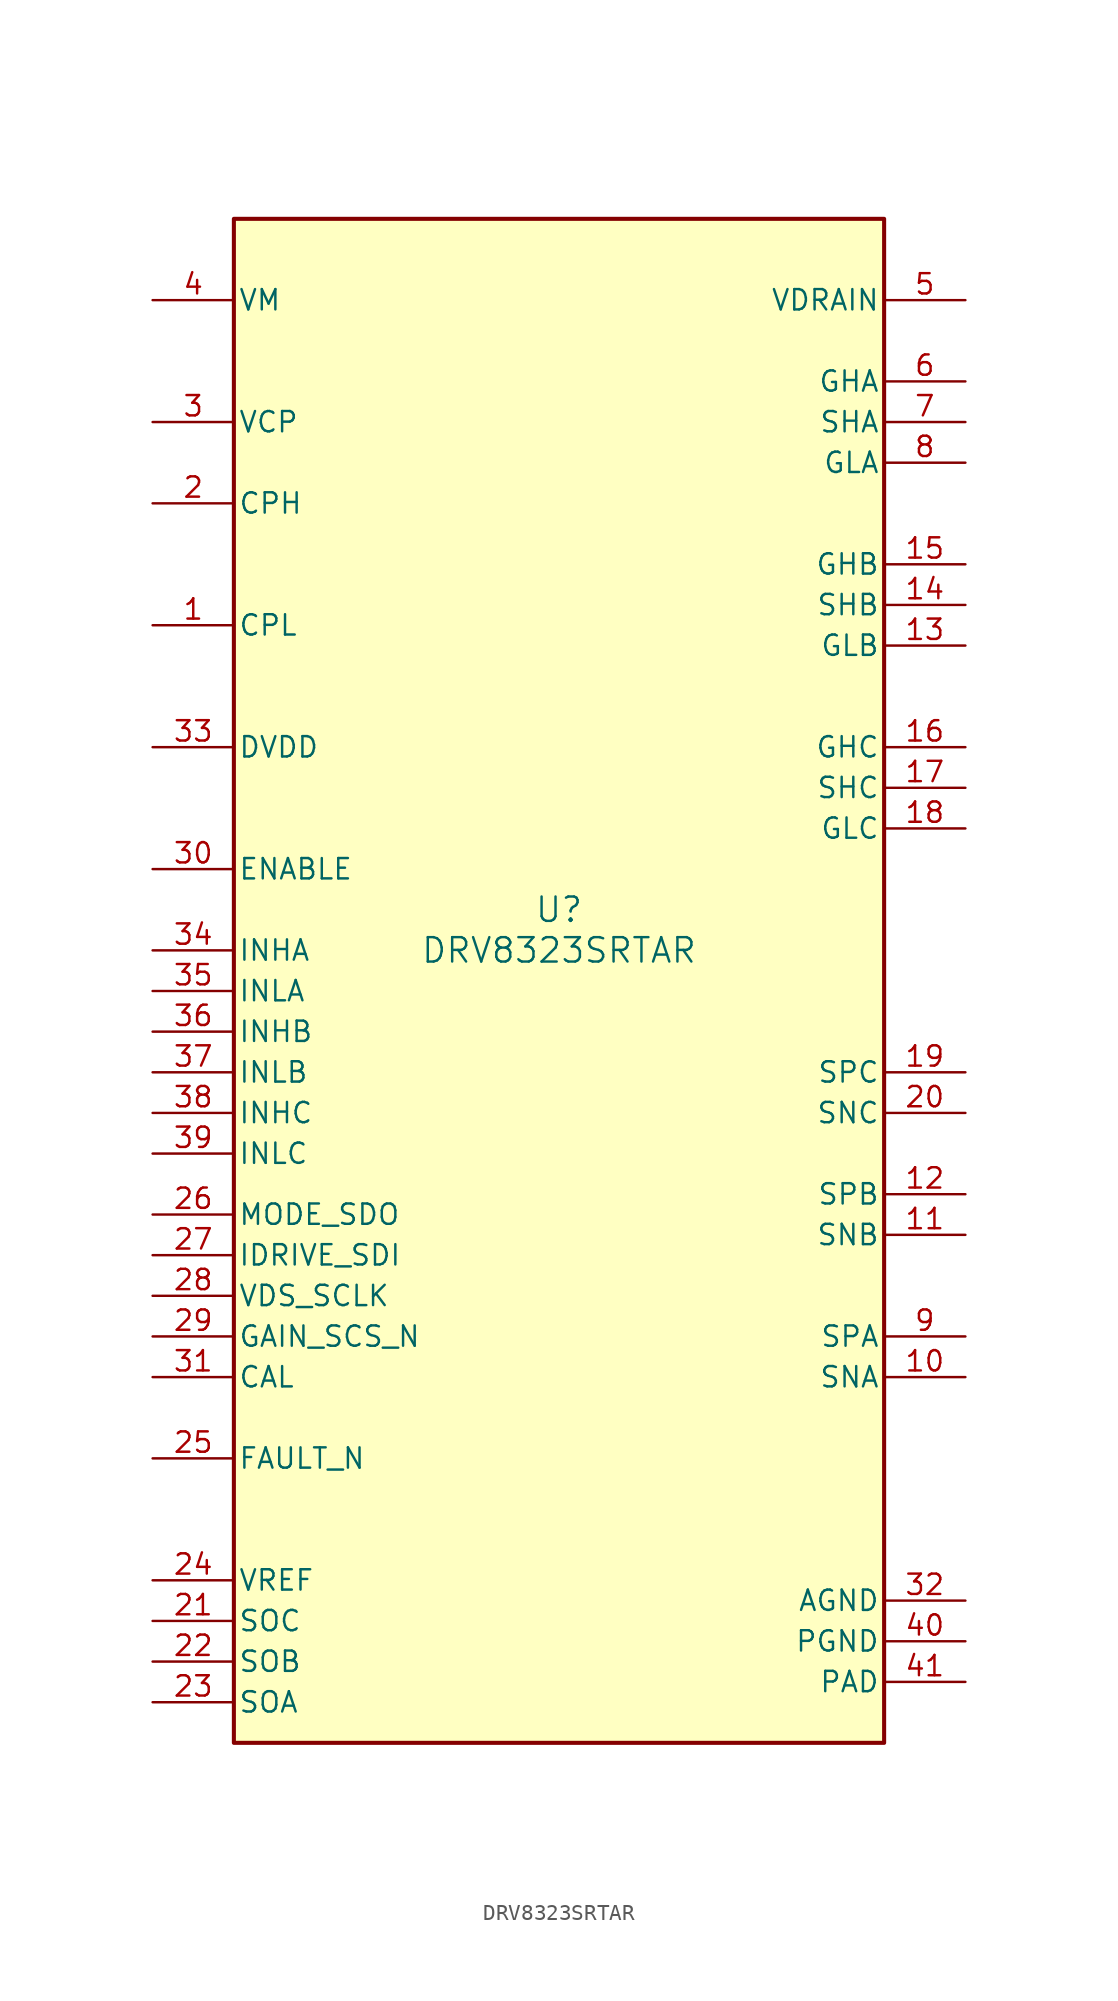
<source format=kicad_sym>
(kicad_symbol_lib
  (version 20231120)
  (generator "kicad_symbol_editor")
  (generator_version "8.0")
  (symbol "DRV8323SRTAR"
    (pin_names
      (offset 0.254))
    (property "Reference" "U"
      (at 0 2.54 0)
      (effects (font (size 1.524 1.524))))
    (property "Value" "DRV8323SRTAR"
      (at 0 0 0)
      (effects (font (size 1.524 1.524))))
    (property "ki_locked" ""
      (at 0 0 0)
      (effects (font (size 1.27 1.27))))
    (symbol "DRV8323SRTAR_0_1"
      (pin unspecified line (at -25.4 20.32 0) (length 5.08) (name "CPL" (effects (font (size 1.27 1.27)))) (number "1" (effects (font (size 1.27 1.27)))))
      (pin input line (at 25.4 -26.67 180) (length 5.08) (name "SNA" (effects (font (size 1.27 1.27)))) (number "10" (effects (font (size 1.27 1.27)))))
      (pin input line (at 25.4 -17.78 180) (length 5.08) (name "SNB" (effects (font (size 1.27 1.27)))) (number "11" (effects (font (size 1.27 1.27)))))
      (pin input line (at 25.4 -15.24 180) (length 5.08) (name "SPB" (effects (font (size 1.27 1.27)))) (number "12" (effects (font (size 1.27 1.27)))))
      (pin output line (at 25.4 19.05 180) (length 5.08) (name "GLB" (effects (font (size 1.27 1.27)))) (number "13" (effects (font (size 1.27 1.27)))))
      (pin input line (at 25.4 21.59 180) (length 5.08) (name "SHB" (effects (font (size 1.27 1.27)))) (number "14" (effects (font (size 1.27 1.27)))))
      (pin output line (at 25.4 24.13 180) (length 5.08) (name "GHB" (effects (font (size 1.27 1.27)))) (number "15" (effects (font (size 1.27 1.27)))))
      (pin output line (at 25.4 12.7 180) (length 5.08) (name "GHC" (effects (font (size 1.27 1.27)))) (number "16" (effects (font (size 1.27 1.27)))))
      (pin input line (at 25.4 10.16 180) (length 5.08) (name "SHC" (effects (font (size 1.27 1.27)))) (number "17" (effects (font (size 1.27 1.27)))))
      (pin output line (at 25.4 7.62 180) (length 5.08) (name "GLC" (effects (font (size 1.27 1.27)))) (number "18" (effects (font (size 1.27 1.27)))))
      (pin input line (at 25.4 -7.62 180) (length 5.08) (name "SPC" (effects (font (size 1.27 1.27)))) (number "19" (effects (font (size 1.27 1.27)))))
      (pin unspecified line (at -25.4 27.94 0) (length 5.08) (name "CPH" (effects (font (size 1.27 1.27)))) (number "2" (effects (font (size 1.27 1.27)))))
      (pin input line (at 25.4 -10.16 180) (length 5.08) (name "SNC" (effects (font (size 1.27 1.27)))) (number "20" (effects (font (size 1.27 1.27)))))
      (pin output line (at -25.4 -41.91 0) (length 5.08) (name "SOC" (effects (font (size 1.27 1.27)))) (number "21" (effects (font (size 1.27 1.27)))))
      (pin output line (at -25.4 -44.45 0) (length 5.08) (name "SOB" (effects (font (size 1.27 1.27)))) (number "22" (effects (font (size 1.27 1.27)))))
      (pin output line (at -25.4 -46.99 0) (length 5.08) (name "SOA" (effects (font (size 1.27 1.27)))) (number "23" (effects (font (size 1.27 1.27)))))
      (pin input line (at -25.4 -39.37 0) (length 5.08) (name "VREF" (effects (font (size 1.27 1.27)))) (number "24" (effects (font (size 1.27 1.27)))))
      (pin open_collector line (at -25.4 -31.75 0) (length 5.08) (name "FAULT_N" (effects (font (size 1.27 1.27)))) (number "25" (effects (font (size 1.27 1.27)))))
      (pin unspecified line (at -25.4 -16.51 0) (length 5.08) (name "MODE_SDO" (effects (font (size 1.27 1.27)))) (number "26" (effects (font (size 1.27 1.27)))))
      (pin input line (at -25.4 -19.05 0) (length 5.08) (name "IDRIVE_SDI" (effects (font (size 1.27 1.27)))) (number "27" (effects (font (size 1.27 1.27)))))
      (pin input line (at -25.4 -21.59 0) (length 5.08) (name "VDS_SCLK" (effects (font (size 1.27 1.27)))) (number "28" (effects (font (size 1.27 1.27)))))
      (pin input line (at -25.4 -24.13 0) (length 5.08) (name "GAIN_SCS_N" (effects (font (size 1.27 1.27)))) (number "29" (effects (font (size 1.27 1.27)))))
      (pin power_in line (at -25.4 33.02 0) (length 5.08) (name "VCP" (effects (font (size 1.27 1.27)))) (number "3" (effects (font (size 1.27 1.27)))))
      (pin input line (at -25.4 5.08 0) (length 5.08) (name "ENABLE" (effects (font (size 1.27 1.27)))) (number "30" (effects (font (size 1.27 1.27)))))
      (pin input line (at -25.4 -26.67 0) (length 5.08) (name "CAL" (effects (font (size 1.27 1.27)))) (number "31" (effects (font (size 1.27 1.27)))))
      (pin power_in line (at 25.4 -40.64 180) (length 5.08) (name "AGND" (effects (font (size 1.27 1.27)))) (number "32" (effects (font (size 1.27 1.27)))))
      (pin power_in line (at -25.4 12.7 0) (length 5.08) (name "DVDD" (effects (font (size 1.27 1.27)))) (number "33" (effects (font (size 1.27 1.27)))))
      (pin input line (at -25.4 0 0) (length 5.08) (name "INHA" (effects (font (size 1.27 1.27)))) (number "34" (effects (font (size 1.27 1.27)))))
      (pin input line (at -25.4 -2.54 0) (length 5.08) (name "INLA" (effects (font (size 1.27 1.27)))) (number "35" (effects (font (size 1.27 1.27)))))
      (pin input line (at -25.4 -5.08 0) (length 5.08) (name "INHB" (effects (font (size 1.27 1.27)))) (number "36" (effects (font (size 1.27 1.27)))))
      (pin input line (at -25.4 -7.62 0) (length 5.08) (name "INLB" (effects (font (size 1.27 1.27)))) (number "37" (effects (font (size 1.27 1.27)))))
      (pin input line (at -25.4 -10.16 0) (length 5.08) (name "INHC" (effects (font (size 1.27 1.27)))) (number "38" (effects (font (size 1.27 1.27)))))
      (pin input line (at -25.4 -12.7 0) (length 5.08) (name "INLC" (effects (font (size 1.27 1.27)))) (number "39" (effects (font (size 1.27 1.27)))))
      (pin power_in line (at -25.4 40.64 0) (length 5.08) (name "VM" (effects (font (size 1.27 1.27)))) (number "4" (effects (font (size 1.27 1.27)))))
      (pin power_in line (at 25.4 -43.18 180) (length 5.08) (name "PGND" (effects (font (size 1.27 1.27)))) (number "40" (effects (font (size 1.27 1.27)))))
      (pin power_in line (at 25.4 -45.72 180) (length 5.08) (name "PAD" (effects (font (size 1.27 1.27)))) (number "41" (effects (font (size 1.27 1.27)))))
      (pin input line (at 25.4 40.64 180) (length 5.08) (name "VDRAIN" (effects (font (size 1.27 1.27)))) (number "5" (effects (font (size 1.27 1.27)))))
      (pin output line (at 25.4 35.56 180) (length 5.08) (name "GHA" (effects (font (size 1.27 1.27)))) (number "6" (effects (font (size 1.27 1.27)))))
      (pin input line (at 25.4 33.02 180) (length 5.08) (name "SHA" (effects (font (size 1.27 1.27)))) (number "7" (effects (font (size 1.27 1.27)))))
      (pin output line (at 25.4 30.48 180) (length 5.08) (name "GLA" (effects (font (size 1.27 1.27)))) (number "8" (effects (font (size 1.27 1.27)))))
      (pin input line (at 25.4 -24.13 180) (length 5.08) (name "SPA" (effects (font (size 1.27 1.27)))) (number "9" (effects (font (size 1.27 1.27))))))
    (symbol "DRV8323SRTAR_1_1"
      (rectangle (start -20.32 45.72) (end 20.32 -49.53) (stroke (width 0.254) (type default)) (fill (type background))))))
</source>
